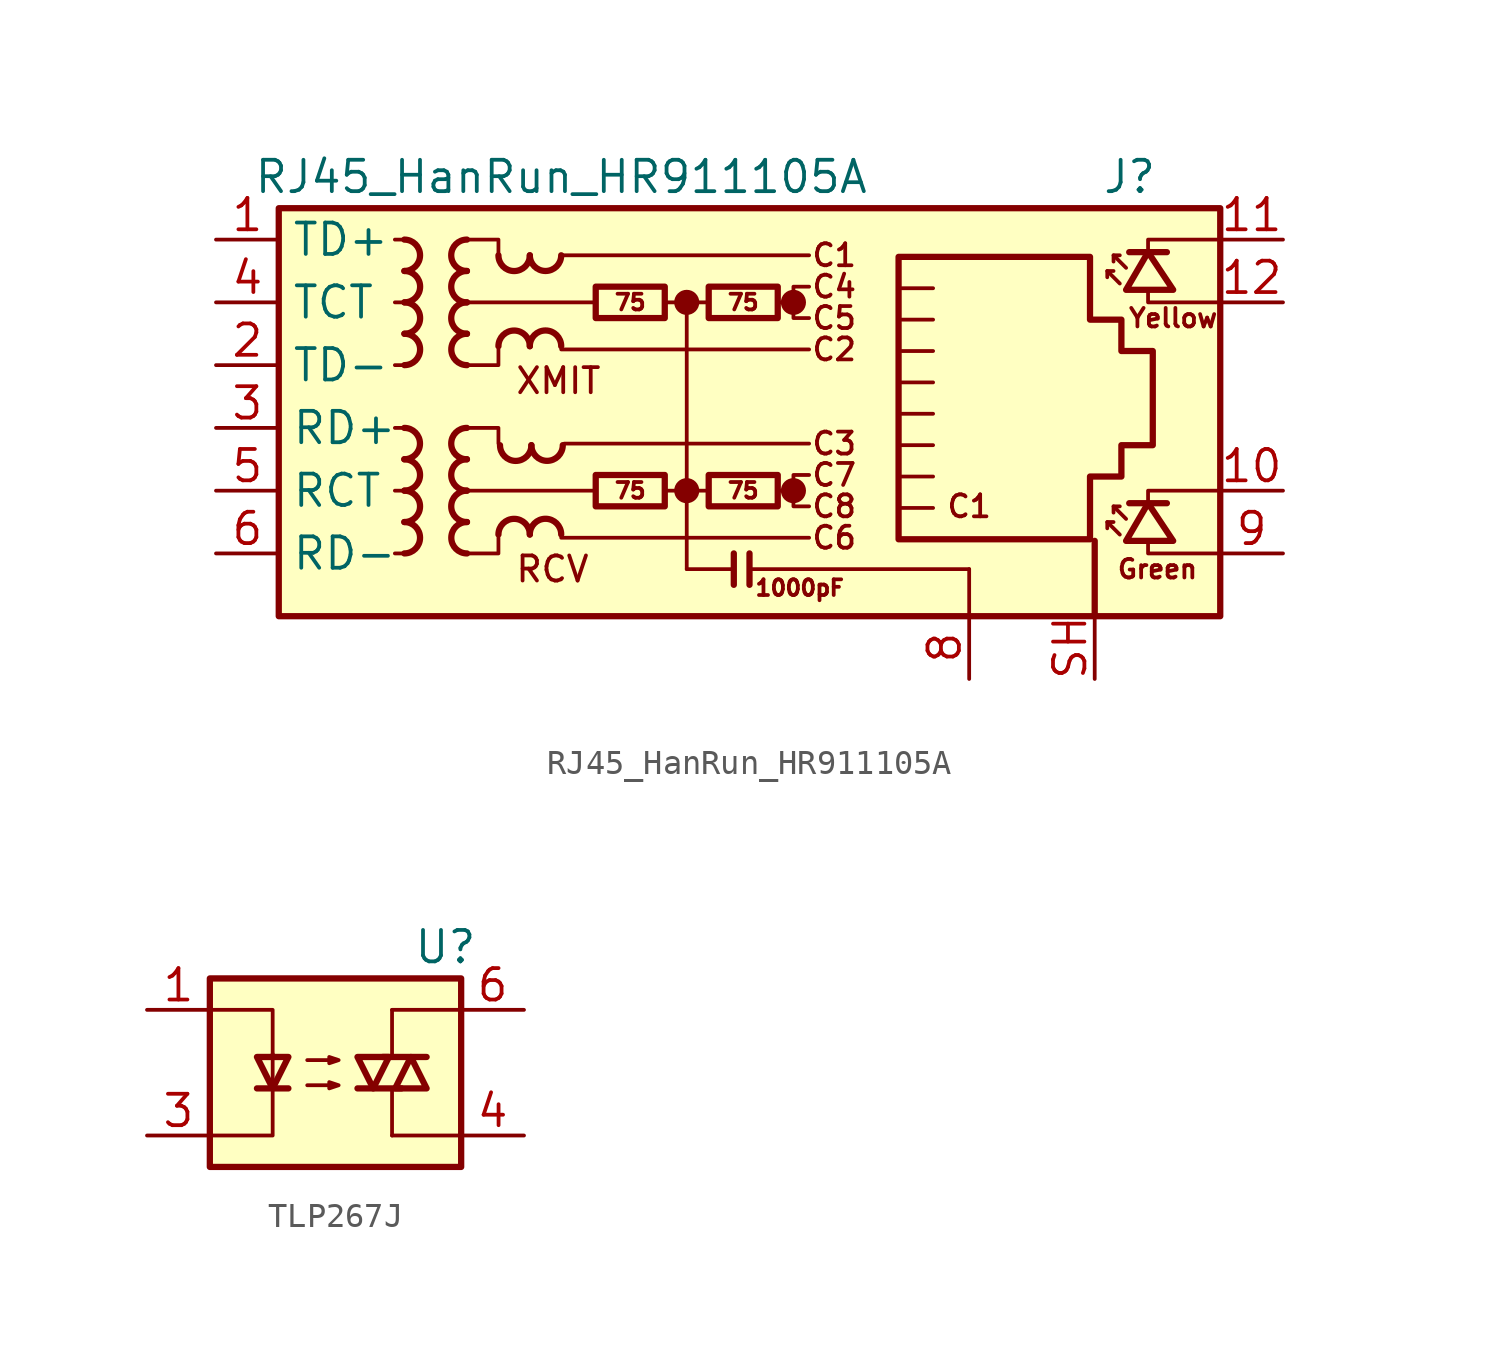
<source format=kicad_sym>
(kicad_symbol_lib
  (version 20220914)
  (generator kicad_symbol_editor)
  (symbol "RJ45_HanRun_HR911105A"
    (property "Reference" "J"
      (at 17.78 10.16 0)
      (effects (font (size 1.27 1.27)) (justify right)))
    (property "Value" "RJ45_HanRun_HR911105A"
      (at -6.35 10.16 0)
      (effects (font (size 1.27 1.27))))
    (symbol "RJ45_HanRun_HR911105A_0_0"
      (circle (center -1.27 -2.54) (radius 0.0001) (stroke (width 0.508) (type default)) (fill (type none)))
      (circle (center -1.27 5.08) (radius 0.0001) (stroke (width 0.508) (type default)) (fill (type none)))
      (polyline (pts (xy -1.27 5.08) (xy -1.27 -5.715)) (stroke (width 0) (type default)) (fill (type none)))
      (polyline (pts (xy 0.635 -5.08) (xy 0.635 -6.35)) (stroke (width 0.254) (type default)) (fill (type none)))
      (polyline (pts (xy 1.27 -5.08) (xy 1.27 -6.35)) (stroke (width 0.254) (type default)) (fill (type none)))
      (polyline (pts (xy 3.048 -2.54) (xy 2.54 -2.54)) (stroke (width 0) (type default)) (fill (type none)))
      (polyline (pts (xy 3.048 5.08) (xy 2.54 5.08)) (stroke (width 0) (type default)) (fill (type none)))
      (polyline (pts (xy 17.399 -3.175) (xy 17.399 -2.54) (xy 20.32 -2.54)) (stroke (width 0) (type default)) (fill (type none)))
      (polyline (pts (xy 17.399 6.985) (xy 17.399 7.62) (xy 20.32 7.62)) (stroke (width 0) (type default)) (fill (type none)))
      (polyline (pts (xy 20.32 -5.08) (xy 17.399 -5.08) (xy 17.399 -4.572)) (stroke (width 0) (type default)) (fill (type none)))
      (polyline (pts (xy 20.32 5.08) (xy 17.399 5.08) (xy 17.399 5.588)) (stroke (width 0) (type default)) (fill (type none)))
      (polyline (pts (xy 3.683 -1.905) (xy 3.048 -1.905) (xy 3.048 -3.175) (xy 3.683 -3.175)) (stroke (width 0) (type default)) (fill (type none)))
      (polyline (pts (xy 3.683 5.715) (xy 3.048 5.715) (xy 3.048 4.445) (xy 3.683 4.445)) (stroke (width 0) (type default)) (fill (type none)))
      (circle (center 3.048 -2.54) (radius 0.0001) (stroke (width 0.508) (type default)) (fill (type none)))
      (circle (center 3.048 5.08) (radius 0.0001) (stroke (width 0.508) (type default)) (fill (type none)))
      (text "C1" (at 4.699 6.985 0) (effects (font (size 0.889 0.889))))
      (text "C1" (at 10.16 -3.175 0) (effects (font (size 0.889 0.889))))
      (text "C2" (at 4.699 3.175 0) (effects (font (size 0.889 0.889))))
      (text "C3" (at 4.699 -0.635 0) (effects (font (size 0.889 0.889))))
      (text "C4" (at 4.699 5.715 0) (effects (font (size 0.889 0.889))))
      (text "C5" (at 4.699 4.445 0) (effects (font (size 0.889 0.889))))
      (text "C6" (at 4.699 -4.445 0) (effects (font (size 0.889 0.889))))
      (text "C7" (at 4.699 -1.905 0) (effects (font (size 0.889 0.889))))
      (text "C8" (at 4.699 -3.175 0) (effects (font (size 0.889 0.889))))
      (text "RCV" (at -8.255 -5.715 0) (effects (font (size 1.016 1.016)) (justify left)))
      (text "XMIT" (at -8.255 1.905 0) (effects (font (size 1.016 1.016)) (justify left))))
    (symbol "RJ45_HanRun_HR911105A_0_1"
      (rectangle (start -17.78 8.89) (end 20.32 -7.62) (stroke (width 0.254) (type default)) (fill (type background)))
      (polyline (pts (xy -12.7 -5.08) (xy -13.081 -5.08)) (stroke (width 0) (type default)) (fill (type none)))
      (polyline (pts (xy -12.7 -2.54) (xy -13.081 -2.54)) (stroke (width 0) (type default)) (fill (type none)))
      (polyline (pts (xy -12.7 0) (xy -13.081 0)) (stroke (width 0) (type default)) (fill (type none)))
      (polyline (pts (xy -12.7 2.54) (xy -13.081 2.54)) (stroke (width 0) (type default)) (fill (type none)))
      (polyline (pts (xy -12.7 5.08) (xy -13.081 5.08)) (stroke (width 0) (type default)) (fill (type none)))
      (polyline (pts (xy -12.7 7.62) (xy -13.081 7.62)) (stroke (width 0) (type default)) (fill (type none)))
      (polyline (pts (xy -6.35 -4.445) (xy 3.683 -4.445)) (stroke (width 0) (type default)) (fill (type none)))
      (polyline (pts (xy -6.35 3.175) (xy 3.683 3.175)) (stroke (width 0) (type default)) (fill (type none)))
      (polyline (pts (xy -6.35 6.985) (xy 3.683 6.985)) (stroke (width 0) (type default)) (fill (type none)))
      (polyline (pts (xy -6.223 -0.635) (xy 3.683 -0.635)) (stroke (width 0) (type default)) (fill (type none)))
      (polyline (pts (xy -5.08 -2.54) (xy -10.16 -2.54)) (stroke (width 0) (type default)) (fill (type none)))
      (polyline (pts (xy -4.953 5.08) (xy -10.16 5.08)) (stroke (width 0) (type default)) (fill (type none)))
      (polyline (pts (xy -2.159 -2.54) (xy -0.381 -2.54)) (stroke (width 0) (type default)) (fill (type none)))
      (polyline (pts (xy -2.159 5.08) (xy -0.381 5.08)) (stroke (width 0) (type default)) (fill (type none)))
      (polyline (pts (xy 0.635 -5.715) (xy -1.27 -5.715)) (stroke (width 0) (type default)) (fill (type none)))
      (polyline (pts (xy 7.429 -1.968) (xy 8.7 -1.968)) (stroke (width 0) (type default)) (fill (type none)))
      (polyline (pts (xy 7.429 -0.699) (xy 8.7 -0.699)) (stroke (width 0) (type default)) (fill (type none)))
      (polyline (pts (xy 7.429 0.572) (xy 8.7 0.572)) (stroke (width 0) (type default)) (fill (type none)))
      (polyline (pts (xy 7.429 1.841) (xy 8.7 1.841)) (stroke (width 0) (type default)) (fill (type none)))
      (polyline (pts (xy 7.429 3.111) (xy 8.7 3.111)) (stroke (width 0) (type default)) (fill (type none)))
      (polyline (pts (xy 8.7 -3.239) (xy 7.429 -3.239)) (stroke (width 0) (type default)) (fill (type none)))
      (polyline (pts (xy 8.7 4.381) (xy 7.429 4.381)) (stroke (width 0) (type default)) (fill (type none)))
      (polyline (pts (xy 8.7 5.652) (xy 7.429 5.652)) (stroke (width 0) (type default)) (fill (type none)))
      (polyline (pts (xy 10.16 -5.715) (xy 1.27 -5.715)) (stroke (width 0) (type default)) (fill (type none)))
      (polyline (pts (xy 10.16 -5.715) (xy 10.16 -7.62)) (stroke (width 0) (type default)) (fill (type none)))
      (polyline (pts (xy -10.16 0) (xy -8.89 0) (xy -8.89 -0.635)) (stroke (width 0) (type default)) (fill (type none)))
      (polyline (pts (xy -10.16 7.62) (xy -8.89 7.62) (xy -8.89 6.985)) (stroke (width 0) (type default)) (fill (type none)))
      (polyline (pts (xy -8.89 -4.445) (xy -8.89 -5.08) (xy -10.16 -5.08)) (stroke (width 0) (type default)) (fill (type none)))
      (polyline (pts (xy -8.89 3.175) (xy -8.89 2.54) (xy -10.16 2.54)) (stroke (width 0) (type default)) (fill (type none))))
    (symbol "RJ45_HanRun_HR911105A_1_0"
      (text "1000pF" (at 3.302 -6.477 0) (effects (font (size 0.635 0.635)))))
    (symbol "RJ45_HanRun_HR911105A_1_1"
      (arc (start -12.7 -1.27) (mid -12.0677 -0.635) (end -12.7 0) (stroke (width 0.254) (type default)) (fill (type none)))
      (arc (start -12.6973 -5.08) (mid -12.065 -4.445) (end -12.6973 -3.81) (stroke (width 0.254) (type default)) (fill (type none)))
      (arc (start -12.6973 -3.81) (mid -12.065 -3.175) (end -12.6973 -2.54) (stroke (width 0.254) (type default)) (fill (type none)))
      (arc (start -12.6973 -2.54) (mid -12.065 -1.905) (end -12.6973 -1.27) (stroke (width 0.254) (type default)) (fill (type none)))
      (arc (start -12.6973 6.35) (mid -12.065 6.985) (end -12.6973 7.62) (stroke (width 0.254) (type default)) (fill (type none)))
      (arc (start -12.6946 2.54) (mid -12.0623 3.175) (end -12.6946 3.81) (stroke (width 0.254) (type default)) (fill (type none)))
      (arc (start -12.6946 3.81) (mid -12.0623 4.445) (end -12.6946 5.08) (stroke (width 0.254) (type default)) (fill (type none)))
      (arc (start -12.6946 5.08) (mid -12.0623 5.715) (end -12.6946 6.35) (stroke (width 0.254) (type default)) (fill (type none)))
      (arc (start -10.1654 -2.54) (mid -10.7977 -3.175) (end -10.1654 -3.81) (stroke (width 0.254) (type default)) (fill (type none)))
      (arc (start -10.1654 -1.27) (mid -10.7977 -1.905) (end -10.1654 -2.54) (stroke (width 0.254) (type default)) (fill (type none)))
      (arc (start -10.1654 0) (mid -10.7977 -0.635) (end -10.1654 -1.27) (stroke (width 0.254) (type default)) (fill (type none)))
      (arc (start -10.1654 5.08) (mid -10.7977 4.445) (end -10.1654 3.81) (stroke (width 0.254) (type default)) (fill (type none)))
      (arc (start -10.1654 6.35) (mid -10.7977 5.715) (end -10.1654 5.08) (stroke (width 0.254) (type default)) (fill (type none)))
      (arc (start -10.1654 7.62) (mid -10.7977 6.985) (end -10.1654 6.35) (stroke (width 0.254) (type default)) (fill (type none)))
      (arc (start -10.1627 -3.81) (mid -10.795 -4.445) (end -10.1627 -5.08) (stroke (width 0.254) (type default)) (fill (type none)))
      (arc (start -10.1627 3.81) (mid -10.795 3.175) (end -10.1627 2.54) (stroke (width 0.254) (type default)) (fill (type none)))
      (arc (start -8.89 6.9823) (mid -8.255 6.35) (end -7.62 6.9823) (stroke (width 0.254) (type default)) (fill (type none)))
      (arc (start -8.8265 -0.7012) (mid -8.1915 -1.3335) (end -7.5565 -0.7012) (stroke (width 0.254) (type default)) (fill (type none)))
      (arc (start -7.62 -4.3153) (mid -8.255 -3.683) (end -8.89 -4.3153) (stroke (width 0.254) (type default)) (fill (type none)))
      (arc (start -7.62 3.3047) (mid -8.255 3.937) (end -8.89 3.3047) (stroke (width 0.254) (type default)) (fill (type none)))
      (arc (start -7.62 6.985) (mid -6.985 6.3527) (end -6.35 6.985) (stroke (width 0.254) (type default)) (fill (type none)))
      (arc (start -7.5565 -0.6985) (mid -6.9215 -1.3308) (end -6.2865 -0.6985) (stroke (width 0.254) (type default)) (fill (type none)))
      (arc (start -6.35 -4.3126) (mid -6.985 -3.6803) (end -7.62 -4.3126) (stroke (width 0.254) (type default)) (fill (type none)))
      (arc (start -6.35 3.3074) (mid -6.985 3.9397) (end -7.62 3.3074) (stroke (width 0.254) (type default)) (fill (type none)))
      (rectangle (start -4.953 -1.905) (end -2.159 -3.175) (stroke (width 0.254) (type default)) (fill (type none)))
      (rectangle (start -4.953 5.715) (end -2.159 4.445) (stroke (width 0.254) (type default)) (fill (type none)))
      (rectangle (start -0.381 -1.905) (end 2.413 -3.175) (stroke (width 0.254) (type default)) (fill (type none)))
      (rectangle (start -0.381 5.715) (end 2.413 4.445) (stroke (width 0.254) (type default)) (fill (type none)))
      (polyline (pts (xy 15.24 -7.62) (xy 15.24 -4.572)) (stroke (width 0.254) (type default)) (fill (type none)))
      (polyline (pts (xy 15.748 -3.81) (xy 15.748 -4.064)) (stroke (width 0) (type default)) (fill (type none)))
      (polyline (pts (xy 15.748 6.35) (xy 15.748 6.096)) (stroke (width 0) (type default)) (fill (type none)))
      (polyline (pts (xy 16.002 -3.175) (xy 16.002 -3.429)) (stroke (width 0) (type default)) (fill (type none)))
      (polyline (pts (xy 16.002 6.985) (xy 16.002 6.731)) (stroke (width 0) (type default)) (fill (type none)))
      (polyline (pts (xy 16.637 -3.048) (xy 18.161 -3.048)) (stroke (width 0.254) (type default)) (fill (type none)))
      (polyline (pts (xy 16.637 7.112) (xy 18.161 7.112)) (stroke (width 0.254) (type default)) (fill (type none)))
      (polyline (pts (xy 16.256 -4.318) (xy 15.748 -3.81) (xy 16.002 -3.81)) (stroke (width 0) (type default)) (fill (type none)))
      (polyline (pts (xy 16.256 5.842) (xy 15.748 6.35) (xy 16.002 6.35)) (stroke (width 0) (type default)) (fill (type none)))
      (polyline (pts (xy 16.51 -3.683) (xy 16.002 -3.175) (xy 16.256 -3.175)) (stroke (width 0) (type default)) (fill (type none)))
      (polyline (pts (xy 16.51 6.477) (xy 16.002 6.985) (xy 16.256 6.985)) (stroke (width 0) (type default)) (fill (type none)))
      (polyline (pts (xy 16.51 -4.572) (xy 18.415 -4.572) (xy 17.399 -3.048) (xy 16.51 -4.572)) (stroke (width 0.254) (type default)) (fill (type none)))
      (polyline (pts (xy 16.51 5.588) (xy 18.415 5.588) (xy 17.399 7.112) (xy 16.51 5.588)) (stroke (width 0.254) (type default)) (fill (type none)))
      (polyline (pts (xy 7.303 -4.508) (xy 7.303 6.921) (xy 15.05 6.921) (xy 15.05 4.381) (xy 16.32 4.381) (xy 16.32 3.111) (xy 17.59 3.111) (xy 17.59 -0.699) (xy 16.32 -0.699) (xy 16.32 -1.968) (xy 15.05 -1.968) (xy 15.05 -4.508) (xy 7.303 -4.508)) (stroke (width 0.254) (type default)) (fill (type none)))
      (text "75" (at -3.556 -2.54 0) (effects (font (size 0.635 0.635))))
      (text "75" (at -3.556 5.08 0) (effects (font (size 0.635 0.635))))
      (text "75" (at 1.016 -2.54 0) (effects (font (size 0.635 0.635))))
      (text "75" (at 1.016 5.08 0) (effects (font (size 0.635 0.635))))
      (text "Green" (at 17.78 -5.715 0) (effects (font (size 0.75 0.75))))
      (text "Yellow" (at 18.415 4.445 0) (effects (font (size 0.75 0.75))))
      (pin passive line (at -20.32 7.62 0) (length 2.54) (name "TD+" (effects (font (size 1.27 1.27)))) (number "1" (effects (font (size 1.27 1.27)))))
      (pin passive line (at 22.86 -2.54 180) (length 2.54) (name "" (effects (font (size 1.27 1.27)))) (number "10" (effects (font (size 1.27 1.27)))))
      (pin passive line (at 22.86 7.62 180) (length 2.54) (name "" (effects (font (size 1.27 1.27)))) (number "11" (effects (font (size 1.27 1.27)))))
      (pin passive line (at 22.86 5.08 180) (length 2.54) (name "" (effects (font (size 1.27 1.27)))) (number "12" (effects (font (size 1.27 1.27)))))
      (pin passive line (at -20.32 2.54 0) (length 2.54) (name "TD-" (effects (font (size 1.27 1.27)))) (number "2" (effects (font (size 1.27 1.27)))))
      (pin passive line (at -20.32 0 0) (length 2.54) (name "RD+" (effects (font (size 1.27 1.27)))) (number "3" (effects (font (size 1.27 1.27)))))
      (pin passive line (at -20.32 5.08 0) (length 2.54) (name "TCT" (effects (font (size 1.27 1.27)))) (number "4" (effects (font (size 1.27 1.27)))))
      (pin passive line (at -20.32 -2.54 0) (length 2.54) (name "RCT" (effects (font (size 1.27 1.27)))) (number "5" (effects (font (size 1.27 1.27)))))
      (pin passive line (at -20.32 -5.08 0) (length 2.54) (name "RD-" (effects (font (size 1.27 1.27)))) (number "6" (effects (font (size 1.27 1.27)))))
      (pin no_connect line (at 20.32 0 0) (length 0) hide (name "NC" (effects (font (size 1.27 1.27)))) (number "7" (effects (font (size 1.27 1.27)))))
      (pin power_in line (at 10.16 -10.16 90) (length 2.54) (name "" (effects (font (size 1.27 1.27)))) (number "8" (effects (font (size 1.27 1.27)))))
      (pin passive line (at 22.86 -5.08 180) (length 2.54) (name "" (effects (font (size 1.27 1.27)))) (number "9" (effects (font (size 1.27 1.27)))))
      (pin passive line (at 15.24 -10.16 90) (length 2.54) (name "" (effects (font (size 1.27 1.27)))) (number "SH" (effects (font (size 1.27 1.27)))))))
  (symbol "TLP267J"
    (property "Reference" "U"
      (at 4.445 5.08 0)
      (effects (font (size 1.27 1.27))))
    (property "Value" ""
      (at 0 0 0)
      (effects (font (size 1.27 1.27))))
    (symbol "TLP267J_0_1"
      (rectangle (start -5.08 3.81) (end 5.08 -3.81) (stroke (width 0.254) (type default)) (fill (type background)))
      (polyline (pts (xy -3.175 -0.635) (xy -1.905 -0.635)) (stroke (width 0.254) (type default)) (fill (type none)))
      (polyline (pts (xy 1.905 0.635) (xy 3.683 0.635)) (stroke (width 0.254) (type default)) (fill (type none)))
      (polyline (pts (xy 2.286 -2.54) (xy 2.286 -0.635)) (stroke (width 0) (type default)) (fill (type none)))
      (polyline (pts (xy 2.286 -2.54) (xy 5.08 -2.54)) (stroke (width 0) (type default)) (fill (type none)))
      (polyline (pts (xy 2.286 2.54) (xy 2.286 0.635)) (stroke (width 0) (type default)) (fill (type none)))
      (polyline (pts (xy 2.286 2.54) (xy 5.08 2.54)) (stroke (width 0) (type default)) (fill (type none)))
      (polyline (pts (xy 2.667 -0.635) (xy 0.889 -0.635)) (stroke (width 0.254) (type default)) (fill (type none)))
      (polyline (pts (xy -5.08 2.54) (xy -2.54 2.54) (xy -2.54 0.635)) (stroke (width 0) (type default)) (fill (type none)))
      (polyline (pts (xy -2.54 0.762) (xy -2.54 -2.54) (xy -5.08 -2.54)) (stroke (width 0) (type default)) (fill (type none)))
      (polyline (pts (xy -2.54 -0.635) (xy -3.175 0.635) (xy -1.905 0.635) (xy -2.54 -0.635)) (stroke (width 0.254) (type default)) (fill (type none)))
      (polyline (pts (xy 1.524 -0.635) (xy 2.159 0.635) (xy 0.889 0.635) (xy 1.524 -0.635)) (stroke (width 0.254) (type default)) (fill (type none)))
      (polyline (pts (xy 3.048 0.635) (xy 2.413 -0.635) (xy 3.683 -0.635) (xy 3.048 0.635)) (stroke (width 0.254) (type default)) (fill (type none)))
      (polyline (pts (xy -1.143 -0.508) (xy 0.127 -0.508) (xy -0.254 -0.635) (xy -0.254 -0.381) (xy 0.127 -0.508)) (stroke (width 0) (type default)) (fill (type none)))
      (polyline (pts (xy -1.143 0.508) (xy 0.127 0.508) (xy -0.254 0.381) (xy -0.254 0.635) (xy 0.127 0.508)) (stroke (width 0) (type default)) (fill (type none))))
    (symbol "TLP267J_1_1"
      (pin passive line (at -7.62 2.54 0) (length 2.54) (name "~" (effects (font (size 1.27 1.27)))) (number "1" (effects (font (size 1.27 1.27)))))
      (pin passive line (at -7.62 -2.54 0) (length 2.54) (name "~" (effects (font (size 1.27 1.27)))) (number "3" (effects (font (size 1.27 1.27)))))
      (pin passive line (at 7.62 -2.54 180) (length 2.54) (name "~" (effects (font (size 1.27 1.27)))) (number "4" (effects (font (size 1.27 1.27)))))
      (pin passive line (at 7.62 2.54 180) (length 2.54) (name "~" (effects (font (size 1.27 1.27)))) (number "6" (effects (font (size 1.27 1.27))))))))
</source>
